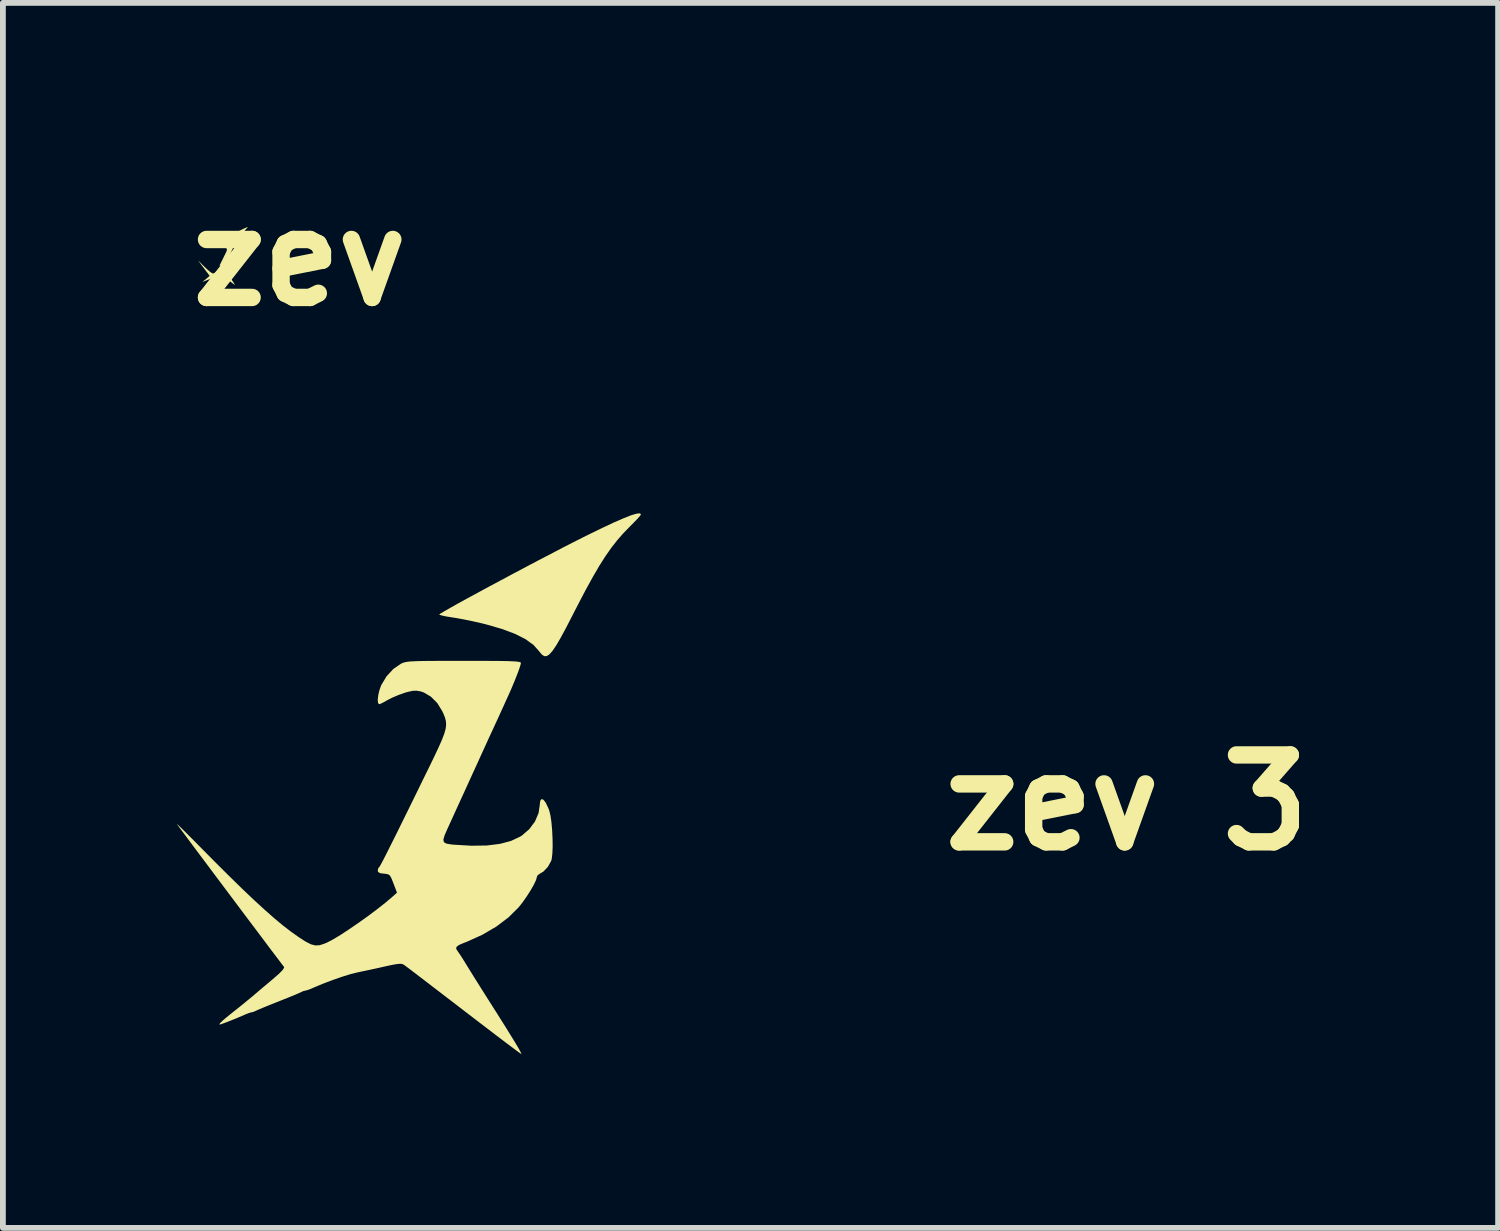
<source format=kicad_pcb>
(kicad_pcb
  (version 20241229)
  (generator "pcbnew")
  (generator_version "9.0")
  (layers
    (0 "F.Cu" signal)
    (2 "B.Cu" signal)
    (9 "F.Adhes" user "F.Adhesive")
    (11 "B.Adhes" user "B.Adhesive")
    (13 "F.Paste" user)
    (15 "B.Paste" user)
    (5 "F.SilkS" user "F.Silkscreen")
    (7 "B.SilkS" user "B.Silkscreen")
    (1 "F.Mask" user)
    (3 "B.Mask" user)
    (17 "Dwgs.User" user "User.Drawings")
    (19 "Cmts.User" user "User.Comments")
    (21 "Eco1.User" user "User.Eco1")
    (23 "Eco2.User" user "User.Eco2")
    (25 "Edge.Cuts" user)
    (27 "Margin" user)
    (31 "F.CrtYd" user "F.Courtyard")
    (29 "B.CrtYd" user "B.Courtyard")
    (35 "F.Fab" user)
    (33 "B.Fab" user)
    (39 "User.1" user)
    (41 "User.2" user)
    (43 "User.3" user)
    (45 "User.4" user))
  (footprint "zev 3"
    (layer "F.Cu")
    (at 16.393 10.798)
    (property "Reference" "zev 3" (at 0 0 0) (layer "F.SilkS") (effects (font (size 1.5 1.5) (thickness 0.3))))
    (attr board_only exclude_from_pos_files exclude_from_bom)
    (fp_poly (pts (xy -8.383 -4.971) (xy -8.4 -4.946) (xy -8.445 -4.895) (xy -8.512 -4.826) (xy -8.572 -4.765) (xy -8.686 -4.648) (xy -8.792 -4.527) (xy -8.894 -4.397) (xy -8.996 -4.251) (xy -9.101 -4.086) (xy -9.213 -3.894) (xy -9.336 -3.671) (xy -9.472 -3.411) (xy -9.565 -3.23) (xy -9.675 -3.016) (xy -9.768 -2.844) (xy -9.845 -2.712) (xy -9.909 -2.618) (xy -9.963 -2.557) (xy -10.01 -2.527) (xy -10.052 -2.526) (xy -10.091 -2.551) (xy -10.131 -2.598) (xy -10.14 -2.61) (xy -10.237 -2.719) (xy -10.375 -2.819) (xy -10.557 -2.911) (xy -10.784 -2.996) (xy -11.058 -3.075) (xy -11.122 -3.091) (xy -11.266 -3.124) (xy -11.421 -3.156) (xy -11.565 -3.183) (xy -11.644 -3.195) (xy -11.743 -3.211) (xy -11.817 -3.227) (xy -11.858 -3.24) (xy -11.863 -3.246) (xy -11.837 -3.265) (xy -11.771 -3.304) (xy -11.669 -3.362) (xy -11.538 -3.436) (xy -11.381 -3.522) (xy -11.202 -3.619) (xy -11.007 -3.725) (xy -10.799 -3.836) (xy -10.584 -3.951) (xy -10.367 -4.066) (xy -10.151 -4.18) (xy -9.941 -4.289) (xy -9.743 -4.393) (xy -9.559 -4.487) (xy -9.397 -4.569) (xy -9.301 -4.617) (xy -9.05 -4.739) (xy -8.841 -4.837) (xy -8.673 -4.91) (xy -8.544 -4.96) (xy -8.454 -4.986) (xy -8.401 -4.99)) (stroke (width 0) (type solid)) (fill yes) (layer "F.SilkS"))
    (fp_poly (pts (xy -11.19 -2.445) (xy -10.985 -2.444) (xy -10.82 -2.443) (xy -10.693 -2.441) (xy -10.598 -2.437) (xy -10.531 -2.433) (xy -10.488 -2.427) (xy -10.464 -2.42) (xy -10.455 -2.411) (xy -10.454 -2.408) (xy -10.464 -2.367) (xy -10.489 -2.291) (xy -10.527 -2.19) (xy -10.573 -2.075) (xy -10.623 -1.956) (xy -10.669 -1.853) (xy -10.715 -1.752) (xy -10.766 -1.639) (xy -10.794 -1.578) (xy -10.842 -1.472) (xy -10.897 -1.353) (xy -10.928 -1.285) (xy -10.979 -1.176) (xy -11.033 -1.058) (xy -11.063 -0.992) (xy -11.111 -0.887) (xy -11.162 -0.775) (xy -11.188 -0.717) (xy -11.303 -0.466) (xy -11.399 -0.255) (xy -11.479 -0.08) (xy -11.544 0.062) (xy -11.597 0.178) (xy -11.639 0.271) (xy -11.673 0.345) (xy -11.701 0.407) (xy -11.725 0.459) (xy -11.772 0.567) (xy -11.793 0.639) (xy -11.784 0.683) (xy -11.742 0.708) (xy -11.664 0.722) (xy -11.614 0.727) (xy -11.308 0.745) (xy -11.042 0.741) (xy -10.816 0.713) (xy -10.625 0.662) (xy -10.467 0.588) (xy -10.436 0.568) (xy -10.31 0.459) (xy -10.212 0.327) (xy -10.15 0.182) (xy -10.13 0.048) (xy -10.122 -0.028) (xy -10.099 -0.06) (xy -10.066 -0.049) (xy -10.026 0.003) (xy -9.983 0.094) (xy -9.966 0.137) (xy -9.945 0.222) (xy -9.928 0.339) (xy -9.916 0.476) (xy -9.909 0.62) (xy -9.907 0.76) (xy -9.912 0.881) (xy -9.923 0.973) (xy -9.932 1.006) (xy -9.989 1.109) (xy -10.064 1.189) (xy -10.124 1.225) (xy -10.167 1.256) (xy -10.18 1.287) (xy -10.194 1.339) (xy -10.233 1.42) (xy -10.29 1.52) (xy -10.359 1.627) (xy -10.433 1.732) (xy -10.495 1.809) (xy -10.666 1.979) (xy -10.877 2.139) (xy -11.121 2.282) (xy -11.389 2.403) (xy -11.434 2.42) (xy -11.522 2.457) (xy -11.566 2.49) (xy -11.572 2.524) (xy -11.544 2.568) (xy -11.517 2.606) (xy -11.472 2.675) (xy -11.417 2.763) (xy -11.39 2.807) (xy -11.336 2.894) (xy -11.263 3.012) (xy -11.177 3.149) (xy -11.085 3.295) (xy -11.007 3.418) (xy -10.854 3.659) (xy -10.727 3.861) (xy -10.626 4.024) (xy -10.548 4.151) (xy -10.493 4.244) (xy -10.46 4.305) (xy -10.447 4.335) (xy -10.448 4.339) (xy -10.471 4.324) (xy -10.53 4.281) (xy -10.62 4.214) (xy -10.738 4.125) (xy -10.881 4.017) (xy -11.043 3.893) (xy -11.222 3.756) (xy -11.413 3.61) (xy -11.44 3.589) (xy -11.634 3.44) (xy -11.818 3.299) (xy -11.986 3.17) (xy -12.136 3.055) (xy -12.263 2.958) (xy -12.363 2.882) (xy -12.432 2.83) (xy -12.466 2.805) (xy -12.467 2.804) (xy -12.495 2.788) (xy -12.529 2.782) (xy -12.58 2.785) (xy -12.656 2.797) (xy -12.769 2.821) (xy -12.804 2.829) (xy -12.942 2.86) (xy -13.085 2.891) (xy -13.214 2.918) (xy -13.28 2.932) (xy -13.396 2.961) (xy -13.544 3.007) (xy -13.707 3.064) (xy -13.873 3.127) (xy -14.026 3.191) (xy -14.064 3.208) (xy -14.125 3.232) (xy -14.168 3.244) (xy -14.17 3.244) (xy -14.214 3.255) (xy -14.241 3.268) (xy -14.279 3.286) (xy -14.354 3.318) (xy -14.456 3.36) (xy -14.577 3.408) (xy -14.634 3.431) (xy -14.76 3.481) (xy -14.871 3.526) (xy -14.96 3.563) (xy -15.015 3.587) (xy -15.026 3.593) (xy -15.076 3.614) (xy -15.097 3.618) (xy -15.138 3.628) (xy -15.198 3.651) (xy -15.204 3.654) (xy -15.366 3.724) (xy -15.533 3.79) (xy -15.579 3.807) (xy -15.638 3.828) (xy -15.658 3.829) (xy -15.649 3.811) (xy -15.641 3.802) (xy -15.608 3.769) (xy -15.545 3.715) (xy -15.464 3.649) (xy -15.42 3.614) (xy -15.317 3.532) (xy -15.208 3.444) (xy -15.114 3.366) (xy -15.093 3.349) (xy -15.014 3.282) (xy -14.912 3.195) (xy -14.802 3.103) (xy -14.737 3.048) (xy -14.632 2.957) (xy -14.567 2.891) (xy -14.541 2.85) (xy -14.542 2.836) (xy -14.573 2.796) (xy -14.629 2.722) (xy -14.707 2.619) (xy -14.804 2.491) (xy -14.916 2.341) (xy -15.041 2.175) (xy -15.176 1.996) (xy -15.316 1.809) (xy -15.46 1.617) (xy -15.604 1.425) (xy -15.745 1.237) (xy -15.88 1.056) (xy -16.006 0.888) (xy -16.119 0.737) (xy -16.217 0.605) (xy -16.296 0.499) (xy -16.354 0.421) (xy -16.386 0.376) (xy -16.393 0.367) (xy -16.376 0.381) (xy -16.33 0.425) (xy -16.259 0.495) (xy -16.169 0.585) (xy -16.064 0.69) (xy -16.037 0.718) (xy -15.75 1.008) (xy -15.493 1.264) (xy -15.264 1.488) (xy -15.059 1.683) (xy -14.875 1.851) (xy -14.711 1.996) (xy -14.562 2.12) (xy -14.426 2.225) (xy -14.299 2.315) (xy -14.289 2.322) (xy -14.17 2.399) (xy -14.078 2.446) (xy -14 2.466) (xy -13.925 2.461) (xy -13.84 2.433) (xy -13.79 2.411) (xy -13.691 2.359) (xy -13.564 2.282) (xy -13.416 2.185) (xy -13.256 2.075) (xy -13.093 1.959) (xy -12.936 1.841) (xy -12.794 1.729) (xy -12.679 1.632) (xy -12.593 1.555) (xy -12.654 1.395) (xy -12.687 1.311) (xy -12.713 1.262) (xy -12.744 1.239) (xy -12.788 1.23) (xy -12.82 1.227) (xy -12.888 1.218) (xy -12.919 1.197) (xy -12.925 1.173) (xy -12.915 1.13) (xy -12.904 1.119) (xy -12.897 1.111) (xy -12.884 1.09) (xy -12.863 1.052) (xy -12.833 0.996) (xy -12.793 0.918) (xy -12.741 0.815) (xy -12.676 0.685) (xy -12.596 0.525) (xy -12.501 0.332) (xy -12.388 0.103) (xy -12.257 -0.164) (xy -12.106 -0.473) (xy -12.056 -0.574) (xy -11.957 -0.778) (xy -11.879 -0.943) (xy -11.82 -1.076) (xy -11.779 -1.182) (xy -11.754 -1.269) (xy -11.745 -1.341) (xy -11.749 -1.405) (xy -11.765 -1.468) (xy -11.792 -1.534) (xy -11.813 -1.579) (xy -11.898 -1.717) (xy -12.008 -1.827) (xy -12.132 -1.9) (xy -12.185 -1.918) (xy -12.254 -1.93) (xy -12.321 -1.928) (xy -12.407 -1.909) (xy -12.46 -1.894) (xy -12.569 -1.855) (xy -12.681 -1.807) (xy -12.753 -1.77) (xy -12.824 -1.73) (xy -12.879 -1.703) (xy -12.901 -1.697) (xy -12.92 -1.718) (xy -12.925 -1.774) (xy -12.916 -1.853) (xy -12.896 -1.94) (xy -12.865 -2.025) (xy -12.864 -2.027) (xy -12.774 -2.177) (xy -12.656 -2.305) (xy -12.525 -2.395) (xy -12.498 -2.408) (xy -12.468 -2.418) (xy -12.431 -2.426) (xy -12.38 -2.433) (xy -12.311 -2.437) (xy -12.219 -2.441) (xy -12.099 -2.443) (xy -11.945 -2.444) (xy -11.753 -2.445) (xy -11.518 -2.445) (xy -11.441 -2.445)) (stroke (width 0) (type solid)) (fill yes) (layer "F.SilkS")))
  (footprint "zev"
    (layer "F.Cu")
    (at 2.121 1.404)
    (property "Reference" "zev" (at 0 0 0) (layer "F.SilkS") (effects (font (size 1.5 1.5) (thickness 0.3))))
    (attr board_only exclude_from_pos_files exclude_from_bom)
    (fp_poly (pts (xy -0.897 -0.532) (xy -0.898 -0.529) (xy -0.903 -0.524) (xy -0.91 -0.516) (xy -0.917 -0.51) (xy -0.929 -0.497) (xy -0.94 -0.484) (xy -0.951 -0.47) (xy -0.962 -0.455) (xy -0.973 -0.437) (xy -0.985 -0.416) (xy -0.998 -0.393) (xy -1.013 -0.365) (xy -1.023 -0.345) (xy -1.035 -0.323) (xy -1.045 -0.304) (xy -1.053 -0.29) (xy -1.06 -0.28) (xy -1.065 -0.273) (xy -1.07 -0.27) (xy -1.075 -0.27) (xy -1.079 -0.273) (xy -1.083 -0.278) (xy -1.084 -0.279) (xy -1.095 -0.291) (xy -1.11 -0.301) (xy -1.129 -0.311) (xy -1.153 -0.32) (xy -1.183 -0.329) (xy -1.189 -0.331) (xy -1.205 -0.334) (xy -1.221 -0.338) (xy -1.237 -0.34) (xy -1.245 -0.342) (xy -1.256 -0.343) (xy -1.264 -0.345) (xy -1.268 -0.347) (xy -1.269 -0.347) (xy -1.266 -0.349) (xy -1.259 -0.353) (xy -1.248 -0.36) (xy -1.234 -0.367) (xy -1.217 -0.377) (xy -1.198 -0.387) (xy -1.177 -0.398) (xy -1.155 -0.41) (xy -1.132 -0.422) (xy -1.109 -0.435) (xy -1.086 -0.447) (xy -1.063 -0.459) (xy -1.042 -0.47) (xy -1.022 -0.48) (xy -1.005 -0.489) (xy -0.995 -0.494) (xy -0.968 -0.507) (xy -0.946 -0.517) (xy -0.928 -0.525) (xy -0.914 -0.53) (xy -0.904 -0.533) (xy -0.898 -0.534)) (stroke (width 0) (type solid)) (fill yes) (layer "F.SilkS"))
    (fp_poly (pts (xy -1.197 -0.261) (xy -1.175 -0.261) (xy -1.157 -0.261) (xy -1.144 -0.261) (xy -1.133 -0.261) (xy -1.126 -0.26) (xy -1.122 -0.26) (xy -1.119 -0.259) (xy -1.118 -0.258) (xy -1.118 -0.258) (xy -1.119 -0.253) (xy -1.122 -0.245) (xy -1.126 -0.234) (xy -1.131 -0.222) (xy -1.136 -0.209) (xy -1.141 -0.198) (xy -1.146 -0.187) (xy -1.151 -0.175) (xy -1.154 -0.169) (xy -1.16 -0.157) (xy -1.165 -0.145) (xy -1.169 -0.137) (xy -1.174 -0.126) (xy -1.18 -0.113) (xy -1.183 -0.106) (xy -1.188 -0.095) (xy -1.194 -0.083) (xy -1.196 -0.077) (xy -1.209 -0.05) (xy -1.219 -0.027) (xy -1.228 -0.009) (xy -1.235 0.007) (xy -1.24 0.019) (xy -1.245 0.029) (xy -1.248 0.037) (xy -1.251 0.043) (xy -1.254 0.049) (xy -1.259 0.061) (xy -1.261 0.068) (xy -1.26 0.073) (xy -1.256 0.076) (xy -1.247 0.077) (xy -1.242 0.078) (xy -1.209 0.08) (xy -1.181 0.079) (xy -1.157 0.076) (xy -1.136 0.071) (xy -1.119 0.063) (xy -1.116 0.061) (xy -1.103 0.049) (xy -1.092 0.035) (xy -1.085 0.019) (xy -1.083 0.005) (xy -1.082 -0.003) (xy -1.08 -0.006) (xy -1.077 -0.005) (xy -1.072 0.000276) (xy -1.068 0.01) (xy -1.066 0.015) (xy -1.064 0.024) (xy -1.062 0.036) (xy -1.06 0.051) (xy -1.06 0.066) (xy -1.059 0.081) (xy -1.06 0.094) (xy -1.061 0.104) (xy -1.062 0.108) (xy -1.068 0.119) (xy -1.076 0.127) (xy -1.083 0.131) (xy -1.087 0.134) (xy -1.089 0.138) (xy -1.09 0.143) (xy -1.094 0.152) (xy -1.1 0.163) (xy -1.108 0.174) (xy -1.116 0.185) (xy -1.122 0.194) (xy -1.141 0.212) (xy -1.163 0.229) (xy -1.189 0.244) (xy -1.218 0.257) (xy -1.223 0.259) (xy -1.232 0.263) (xy -1.237 0.266) (xy -1.238 0.27) (xy -1.235 0.275) (xy -1.232 0.279) (xy -1.227 0.286) (xy -1.221 0.295) (xy -1.218 0.3) (xy -1.212 0.309) (xy -1.204 0.322) (xy -1.195 0.337) (xy -1.185 0.352) (xy -1.177 0.366) (xy -1.161 0.391) (xy -1.147 0.413) (xy -1.136 0.43) (xy -1.128 0.444) (xy -1.122 0.454) (xy -1.119 0.46) (xy -1.117 0.464) (xy -1.117 0.464) (xy -1.12 0.462) (xy -1.126 0.458) (xy -1.136 0.451) (xy -1.148 0.441) (xy -1.164 0.43) (xy -1.181 0.416) (xy -1.2 0.402) (xy -1.221 0.386) (xy -1.223 0.384) (xy -1.244 0.368) (xy -1.264 0.353) (xy -1.282 0.339) (xy -1.298 0.327) (xy -1.311 0.316) (xy -1.322 0.308) (xy -1.33 0.303) (xy -1.333 0.3) (xy -1.333 0.3) (xy -1.336 0.298) (xy -1.34 0.297) (xy -1.345 0.298) (xy -1.354 0.299) (xy -1.366 0.302) (xy -1.369 0.303) (xy -1.384 0.306) (xy -1.399 0.309) (xy -1.413 0.312) (xy -1.42 0.314) (xy -1.433 0.317) (xy -1.448 0.322) (xy -1.466 0.328) (xy -1.484 0.334) (xy -1.5 0.341) (xy -1.504 0.343) (xy -1.511 0.346) (xy -1.515 0.347) (xy -1.515 0.347) (xy -1.52 0.348) (xy -1.523 0.35) (xy -1.527 0.351) (xy -1.535 0.355) (xy -1.546 0.359) (xy -1.559 0.364) (xy -1.565 0.367) (xy -1.578 0.372) (xy -1.59 0.377) (xy -1.6 0.381) (xy -1.606 0.384) (xy -1.607 0.384) (xy -1.612 0.386) (xy -1.615 0.387) (xy -1.619 0.388) (xy -1.625 0.39) (xy -1.626 0.391) (xy -1.643 0.398) (xy -1.661 0.405) (xy -1.666 0.407) (xy -1.672 0.409) (xy -1.675 0.409) (xy -1.674 0.408) (xy -1.673 0.407) (xy -1.669 0.403) (xy -1.662 0.397) (xy -1.654 0.39) (xy -1.649 0.386) (xy -1.638 0.378) (xy -1.626 0.368) (xy -1.616 0.36) (xy -1.614 0.358) (xy -1.606 0.351) (xy -1.595 0.342) (xy -1.583 0.332) (xy -1.576 0.326) (xy -1.565 0.316) (xy -1.558 0.309) (xy -1.555 0.305) (xy -1.555 0.303) (xy -1.558 0.299) (xy -1.564 0.291) (xy -1.573 0.28) (xy -1.583 0.266) (xy -1.595 0.25) (xy -1.609 0.233) (xy -1.623 0.213) (xy -1.638 0.193) (xy -1.653 0.173) (xy -1.669 0.152) (xy -1.684 0.132) (xy -1.698 0.113) (xy -1.712 0.095) (xy -1.724 0.079) (xy -1.734 0.065) (xy -1.743 0.053) (xy -1.749 0.045) (xy -1.752 0.04) (xy -1.753 0.039) (xy -1.751 0.041) (xy -1.746 0.045) (xy -1.739 0.053) (xy -1.729 0.063) (xy -1.718 0.074) (xy -1.715 0.077) (xy -1.684 0.108) (xy -1.657 0.135) (xy -1.632 0.159) (xy -1.61 0.18) (xy -1.591 0.198) (xy -1.573 0.213) (xy -1.557 0.227) (xy -1.543 0.238) (xy -1.529 0.248) (xy -1.528 0.248) (xy -1.515 0.257) (xy -1.506 0.262) (xy -1.497 0.264) (xy -1.489 0.263) (xy -1.48 0.26) (xy -1.475 0.258) (xy -1.464 0.252) (xy -1.451 0.244) (xy -1.435 0.234) (xy -1.418 0.222) (xy -1.4 0.209) (xy -1.383 0.197) (xy -1.368 0.185) (xy -1.356 0.175) (xy -1.347 0.166) (xy -1.353 0.149) (xy -1.357 0.14) (xy -1.36 0.135) (xy -1.363 0.133) (xy -1.368 0.132) (xy -1.371 0.131) (xy -1.378 0.13) (xy -1.382 0.128) (xy -1.382 0.125) (xy -1.381 0.121) (xy -1.38 0.12) (xy -1.379 0.119) (xy -1.378 0.117) (xy -1.376 0.113) (xy -1.372 0.107) (xy -1.368 0.098) (xy -1.363 0.087) (xy -1.356 0.073) (xy -1.347 0.056) (xy -1.337 0.035) (xy -1.325 0.011) (xy -1.311 -0.018) (xy -1.295 -0.051) (xy -1.289 -0.061) (xy -1.279 -0.083) (xy -1.27 -0.101) (xy -1.264 -0.115) (xy -1.26 -0.126) (xy -1.257 -0.136) (xy -1.256 -0.143) (xy -1.256 -0.15) (xy -1.258 -0.157) (xy -1.261 -0.164) (xy -1.263 -0.169) (xy -1.272 -0.184) (xy -1.284 -0.195) (xy -1.297 -0.203) (xy -1.303 -0.205) (xy -1.31 -0.206) (xy -1.318 -0.206) (xy -1.327 -0.204) (xy -1.332 -0.203) (xy -1.344 -0.198) (xy -1.356 -0.193) (xy -1.364 -0.189) (xy -1.371 -0.185) (xy -1.377 -0.182) (xy -1.38 -0.181) (xy -1.382 -0.184) (xy -1.382 -0.19) (xy -1.381 -0.198) (xy -1.379 -0.208) (xy -1.376 -0.217) (xy -1.376 -0.217) (xy -1.366 -0.233) (xy -1.354 -0.246) (xy -1.339 -0.256) (xy -1.337 -0.258) (xy -1.333 -0.259) (xy -1.329 -0.259) (xy -1.324 -0.26) (xy -1.317 -0.261) (xy -1.307 -0.261) (xy -1.294 -0.261) (xy -1.277 -0.261) (xy -1.257 -0.261) (xy -1.232 -0.261) (xy -1.224 -0.261)) (stroke (width 0) (type solid)) (fill yes) (layer "F.SilkS")))
  (gr_rect
    (start -3 -3)
    (end 22.8 18.137)
    (stroke (width 0.1) (type default))
    (fill no)
    (layer "Edge.Cuts")))
</source>
